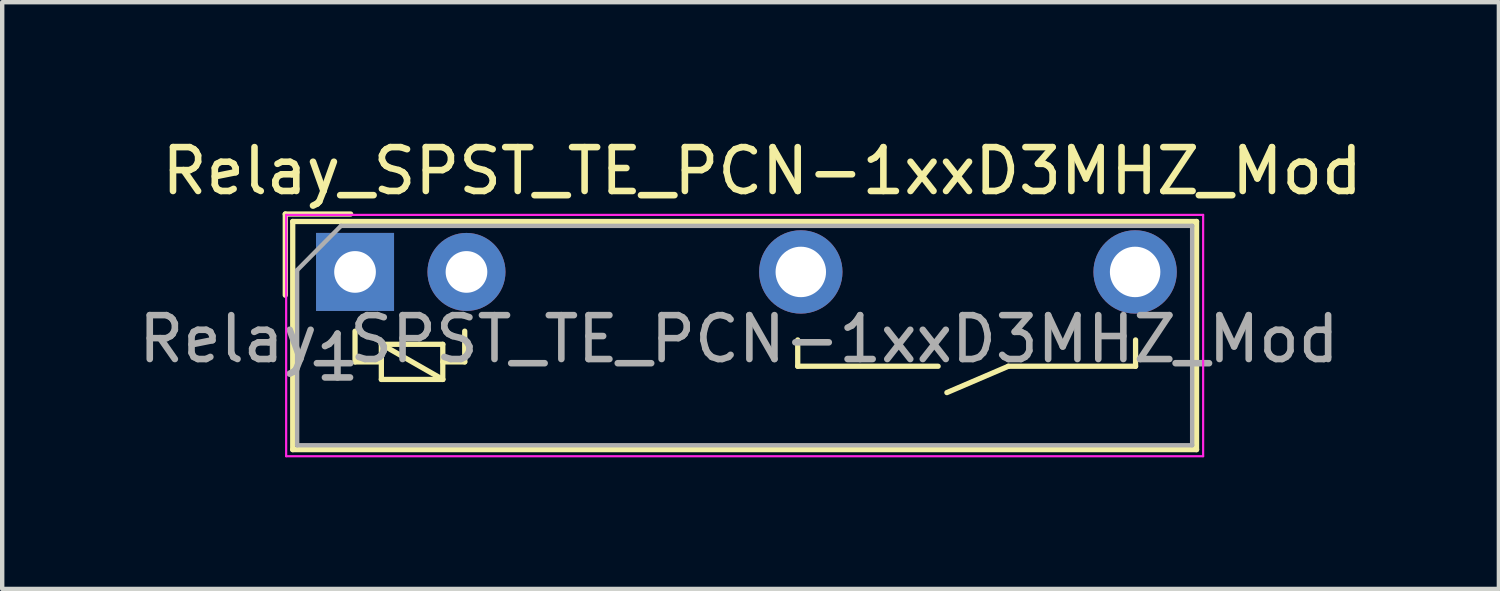
<source format=kicad_pcb>
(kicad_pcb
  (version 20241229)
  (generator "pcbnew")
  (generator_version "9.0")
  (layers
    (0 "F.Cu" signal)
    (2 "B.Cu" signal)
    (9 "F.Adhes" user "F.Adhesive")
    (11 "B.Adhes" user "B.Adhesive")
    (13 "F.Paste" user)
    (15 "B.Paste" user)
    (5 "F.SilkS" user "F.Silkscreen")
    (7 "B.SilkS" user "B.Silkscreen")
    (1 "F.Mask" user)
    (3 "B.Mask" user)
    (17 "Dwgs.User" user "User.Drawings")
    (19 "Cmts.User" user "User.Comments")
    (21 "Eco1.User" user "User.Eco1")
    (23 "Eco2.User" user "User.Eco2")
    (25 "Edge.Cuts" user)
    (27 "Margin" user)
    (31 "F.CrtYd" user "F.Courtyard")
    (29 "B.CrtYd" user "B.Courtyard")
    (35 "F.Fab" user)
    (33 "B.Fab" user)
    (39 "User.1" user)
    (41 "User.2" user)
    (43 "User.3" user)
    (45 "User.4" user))
  (footprint "Relay_SPST_TE_PCN-1xxD3MHZ_Mod"
    (layer "F.Cu")
    (at 5.042 3.148)
    (property "Reference" "Relay_SPST_TE_PCN-1xxD3MHZ_Mod" (at 9.28 -2.3 180) (layer "F.SilkS") (effects (font (size 1 1) (thickness 0.15))))
    (attr through_hole)
    (fp_line (start -1.59 -1.32) (end -0.1 -1.32) (stroke (width 0.12) (type solid)) (layer "F.SilkS"))
    (fp_line (start -1.59 0.53) (end -1.59 -1.32) (stroke (width 0.12) (type solid)) (layer "F.SilkS"))
    (fp_line (start -1.42 -1.15) (end -1.42 4.05) (stroke (width 0.12) (type solid)) (layer "F.SilkS"))
    (fp_line (start -1.42 4.05) (end 19.18 4.05) (stroke (width 0.12) (type solid)) (layer "F.SilkS"))
    (fp_line (start 0 1.35) (end 0 2.05) (stroke (width 0.12) (type solid)) (layer "F.SilkS"))
    (fp_line (start 0 2.05) (end 0.6 2.05) (stroke (width 0.12) (type solid)) (layer "F.SilkS"))
    (fp_line (start 0.6 1.65) (end 2 1.65) (stroke (width 0.12) (type solid)) (layer "F.SilkS"))
    (fp_line (start 0.6 1.65) (end 2 2.45) (stroke (width 0.12) (type solid)) (layer "F.SilkS"))
    (fp_line (start 0.6 2.05) (end 0.6 1.65) (stroke (width 0.12) (type solid)) (layer "F.SilkS"))
    (fp_line (start 0.6 2.45) (end 0.6 2.05) (stroke (width 0.12) (type solid)) (layer "F.SilkS"))
    (fp_line (start 2 1.65) (end 2 2.45) (stroke (width 0.12) (type solid)) (layer "F.SilkS"))
    (fp_line (start 2 2.05) (end 2.5 2.05) (stroke (width 0.12) (type solid)) (layer "F.SilkS"))
    (fp_line (start 2 2.45) (end 0.6 2.45) (stroke (width 0.12) (type solid)) (layer "F.SilkS"))
    (fp_line (start 2.5 2.05) (end 2.5 1.35) (stroke (width 0.12) (type solid)) (layer "F.SilkS"))
    (fp_line (start 10.09 2.15) (end 10.09 1.55) (stroke (width 0.12) (type solid)) (layer "F.SilkS"))
    (fp_line (start 13.29 2.15) (end 10.09 2.15) (stroke (width 0.12) (type solid)) (layer "F.SilkS"))
    (fp_line (start 14.89 2.15) (end 13.49 2.75) (stroke (width 0.12) (type solid)) (layer "F.SilkS"))
    (fp_line (start 17.79 1.55) (end 17.79 2.15) (stroke (width 0.12) (type solid)) (layer "F.SilkS"))
    (fp_line (start 17.79 2.15) (end 14.89 2.15) (stroke (width 0.12) (type solid)) (layer "F.SilkS"))
    (fp_line (start 19.18 -1.15) (end -1.42 -1.15) (stroke (width 0.12) (type solid)) (layer "F.SilkS"))
    (fp_line (start 19.18 4.05) (end 19.18 -1.15) (stroke (width 0.12) (type solid)) (layer "F.SilkS"))
    (fp_line (start -1.57 -1.3) (end -1.57 4.2) (stroke (width 0.05) (type solid)) (layer "F.CrtYd"))
    (fp_line (start -1.57 4.2) (end 19.33 4.2) (stroke (width 0.05) (type solid)) (layer "F.CrtYd"))
    (fp_line (start 19.33 -1.3) (end -1.57 -1.3) (stroke (width 0.05) (type solid)) (layer "F.CrtYd"))
    (fp_line (start 19.33 4.2) (end 19.33 -1.3) (stroke (width 0.05) (type solid)) (layer "F.CrtYd"))
    (fp_line (start -1.32 3.95) (end -1.32 -0.04) (stroke (width 0.1) (type solid)) (layer "F.Fab"))
    (fp_line (start -0.32 -1.05) (end -1.32 -0.04) (stroke (width 0.1) (type solid)) (layer "F.Fab"))
    (fp_line (start -0.32 -1.05) (end 19.08 -1.05) (stroke (width 0.1) (type solid)) (layer "F.Fab"))
    (fp_line (start 19.08 -1.05) (end 19.08 3.95) (stroke (width 0.1) (type solid)) (layer "F.Fab"))
    (fp_line (start 19.08 3.95) (end -1.32 3.95) (stroke (width 0.1) (type solid)) (layer "F.Fab"))
    (fp_text user "${REFERENCE}" (at 8.75 1.53 0) (layer "F.Fab") (effects (font (size 1 1) (thickness 0.15))))
    (fp_text user "1" (at -0.4 1.95 0) (layer "F.Fab") (effects (font (size 1 1) (thickness 0.15))))
    (pad "1" thru_hole rect (at 0 0) (size 1.778 1.778) (drill 0.95) (layers "*.Cu" "*.Mask"))
    (pad "2" thru_hole circle (at 17.78 0) (size 1.9 1.9) (drill 1.15) (layers "*.Cu" "*.Mask"))
    (pad "3" thru_hole circle (at 10.16 0) (size 1.9 1.9) (drill 1.15) (layers "*.Cu" "*.Mask"))
    (pad "5" thru_hole circle (at 2.54 0) (size 1.778 1.778) (drill 0.95) (layers "*.Cu" "*.Mask")))
  (gr_rect
    (start -3 -3)
    (end 31.113 10.373)
    (stroke (width 0.1) (type default))
    (fill no)
    (layer "Edge.Cuts")))
</source>
